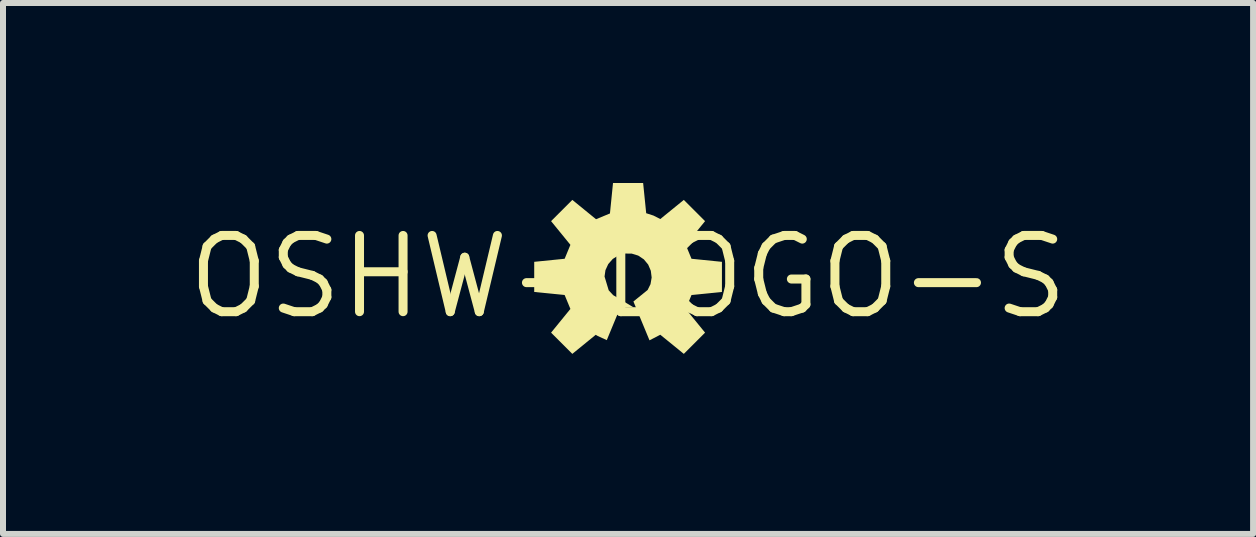
<source format=kicad_pcb>
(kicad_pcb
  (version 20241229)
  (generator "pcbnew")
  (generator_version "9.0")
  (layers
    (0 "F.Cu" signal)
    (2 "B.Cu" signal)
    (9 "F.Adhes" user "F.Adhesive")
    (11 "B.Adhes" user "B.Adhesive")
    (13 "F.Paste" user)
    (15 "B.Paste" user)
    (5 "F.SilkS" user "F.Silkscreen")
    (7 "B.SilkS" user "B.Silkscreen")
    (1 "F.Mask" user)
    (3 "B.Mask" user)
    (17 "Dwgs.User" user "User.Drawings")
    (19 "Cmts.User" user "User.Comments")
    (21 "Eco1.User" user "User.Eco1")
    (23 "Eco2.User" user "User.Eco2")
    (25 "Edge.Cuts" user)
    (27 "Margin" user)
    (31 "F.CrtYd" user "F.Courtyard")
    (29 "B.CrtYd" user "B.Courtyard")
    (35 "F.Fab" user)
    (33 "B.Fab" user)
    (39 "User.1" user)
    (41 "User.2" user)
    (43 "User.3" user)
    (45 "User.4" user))
  (footprint "OSHW-LOGO-S"
    (layer "F.Cu")
    (at 7.416 1.564)
    (property "Reference" "OSHW-LOGO-S" (at 0 0 0) (unlocked yes) (layer "F.SilkS") (effects (font (size 1.27 1.27) (thickness 0.15))))
    (fp_poly (pts (xy 0.302 -1.061) (xy 0.423 -1.022) (xy 0.537 -0.964) (xy 0.929 -1.283) (xy 1.283 -0.929) (xy 0.961 -0.534) (xy 1.057 -0.302) (xy 1.564 -0.251) (xy 1.564 0.251) (xy 1.057 0.302) (xy 0.961 0.534) (xy 1.283 0.929) (xy 0.929 1.283) (xy 0.537 0.964) (xy 0.357 1.057) (xy 0.089 0.41) (xy 0.326 0.218) (xy 0.374 0.121) (xy 0.393 0.01) (xy 0.379 -0.102) (xy 0.335 -0.205) (xy 0.263 -0.292) (xy 0.169 -0.355) (xy 0.061 -0.388) (xy -0.051 -0.389) (xy -0.16 -0.359) (xy -0.255 -0.299) (xy -0.33 -0.214) (xy -0.377 -0.112) (xy -0.392 -0.006) (xy -0.323 0.223) (xy -0.249 0.304) (xy 0.092 0.508) (xy -0.129 0.508) (xy -0.355 1.054) (xy -0.507 0.984) (xy -0.539 0.965) (xy -0.929 1.283) (xy -1.283 0.929) (xy -0.961 0.534) (xy -1.057 0.302) (xy -1.564 0.251) (xy -1.564 -0.251) (xy -1.057 -0.302) (xy -0.961 -0.534) (xy -1.283 -0.929) (xy -0.929 -1.283) (xy -0.534 -0.961) (xy -0.302 -1.057) (xy -0.251 -1.564) (xy 0.251 -1.564)) (stroke (width 0) (type default)) (fill yes) (layer "F.SilkS")))
  (gr_rect
    (start -3 -3)
    (end 17.831 5.847)
    (stroke (width 0.1) (type default))
    (fill no)
    (layer "Edge.Cuts")))
</source>
